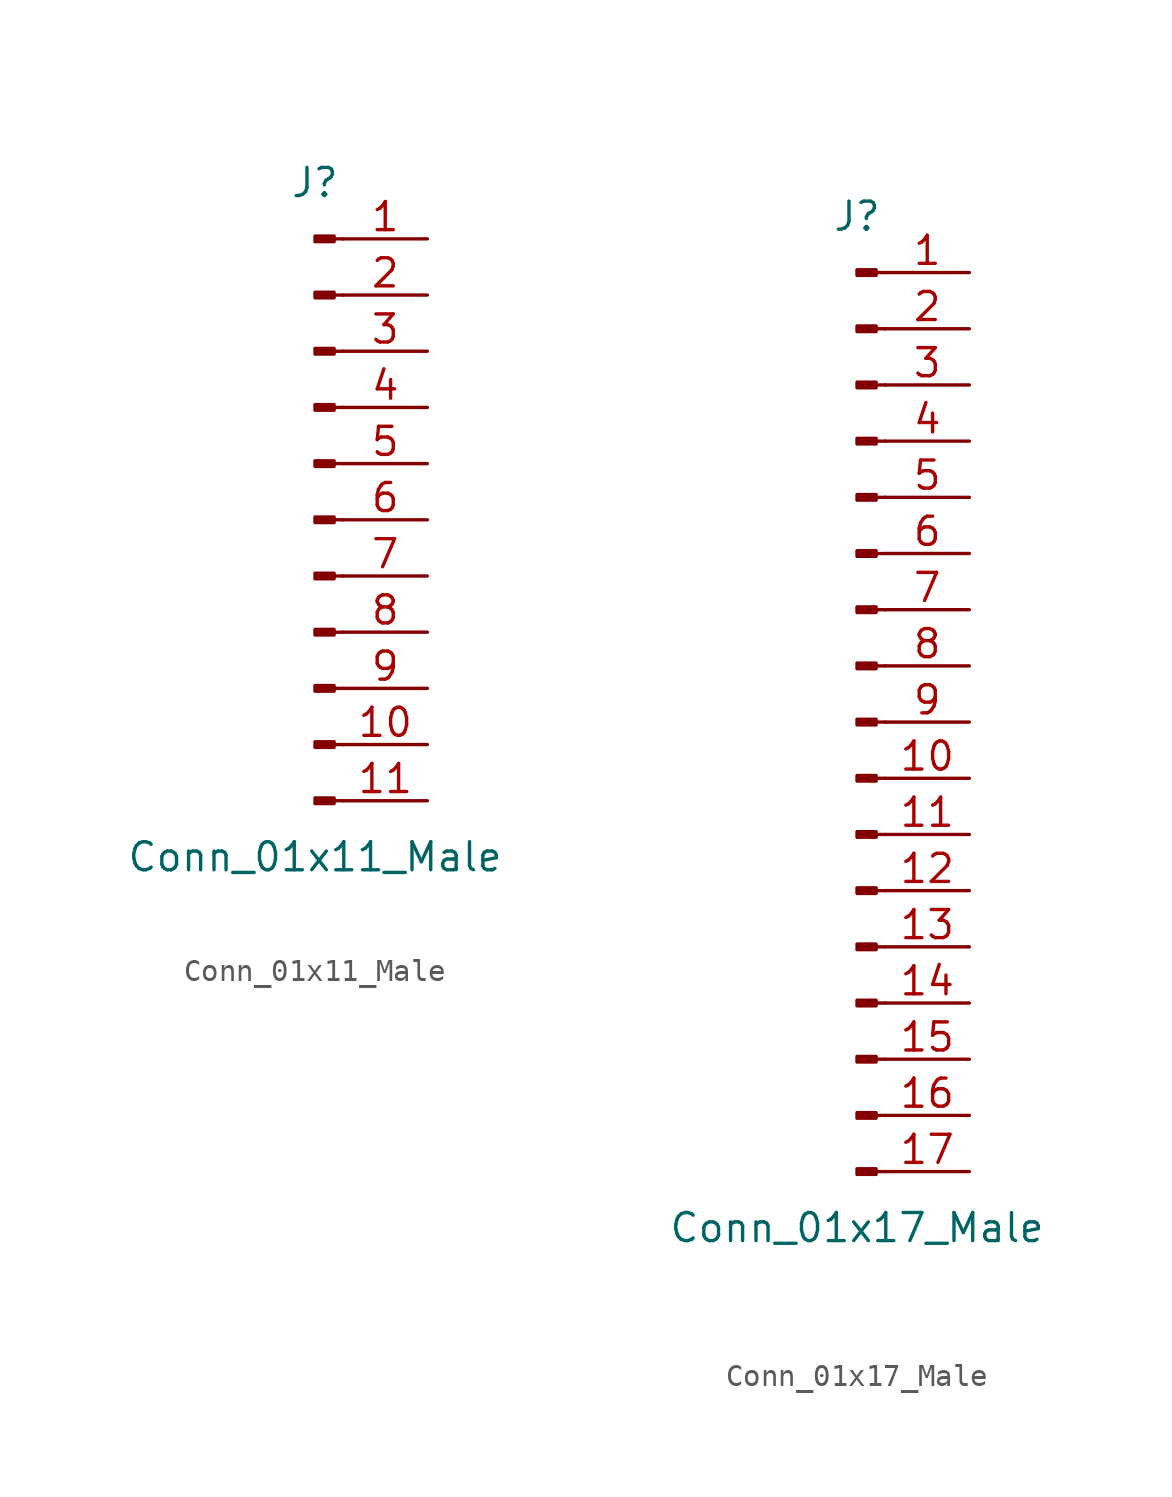
<source format=kicad_sym>
(kicad_symbol_lib
  (version 20211014)
  (generator kicad_symbol_editor)
  (symbol "Conn_01x11_Male"
    (pin_names
      (offset 1.016) hide)
    (property "Reference" "J"
      (at 0 15.24 0)
      (effects (font (size 1.27 1.27))))
    (property "Value" "Conn_01x11_Male"
      (at 0 -15.24 0)
      (effects (font (size 1.27 1.27))))
    (symbol "Conn_01x11_Male_1_1"
      (polyline (pts (xy 1.27 -12.7) (xy 0.864 -12.7)) (stroke (width 0.152) (type default) (color 0 0 0 0)) (fill (type none)))
      (polyline (pts (xy 1.27 -10.16) (xy 0.864 -10.16)) (stroke (width 0.152) (type default) (color 0 0 0 0)) (fill (type none)))
      (polyline (pts (xy 1.27 -7.62) (xy 0.864 -7.62)) (stroke (width 0.152) (type default) (color 0 0 0 0)) (fill (type none)))
      (polyline (pts (xy 1.27 -5.08) (xy 0.864 -5.08)) (stroke (width 0.152) (type default) (color 0 0 0 0)) (fill (type none)))
      (polyline (pts (xy 1.27 -2.54) (xy 0.864 -2.54)) (stroke (width 0.152) (type default) (color 0 0 0 0)) (fill (type none)))
      (polyline (pts (xy 1.27 0) (xy 0.864 0)) (stroke (width 0.152) (type default) (color 0 0 0 0)) (fill (type none)))
      (polyline (pts (xy 1.27 2.54) (xy 0.864 2.54)) (stroke (width 0.152) (type default) (color 0 0 0 0)) (fill (type none)))
      (polyline (pts (xy 1.27 5.08) (xy 0.864 5.08)) (stroke (width 0.152) (type default) (color 0 0 0 0)) (fill (type none)))
      (polyline (pts (xy 1.27 7.62) (xy 0.864 7.62)) (stroke (width 0.152) (type default) (color 0 0 0 0)) (fill (type none)))
      (polyline (pts (xy 1.27 10.16) (xy 0.864 10.16)) (stroke (width 0.152) (type default) (color 0 0 0 0)) (fill (type none)))
      (polyline (pts (xy 1.27 12.7) (xy 0.864 12.7)) (stroke (width 0.152) (type default) (color 0 0 0 0)) (fill (type none)))
      (rectangle (start 0.864 -12.573) (end 0 -12.827) (stroke (width 0.152) (type default) (color 0 0 0 0)) (fill (type outline)))
      (rectangle (start 0.864 -10.033) (end 0 -10.287) (stroke (width 0.152) (type default) (color 0 0 0 0)) (fill (type outline)))
      (rectangle (start 0.864 -7.493) (end 0 -7.747) (stroke (width 0.152) (type default) (color 0 0 0 0)) (fill (type outline)))
      (rectangle (start 0.864 -4.953) (end 0 -5.207) (stroke (width 0.152) (type default) (color 0 0 0 0)) (fill (type outline)))
      (rectangle (start 0.864 -2.413) (end 0 -2.667) (stroke (width 0.152) (type default) (color 0 0 0 0)) (fill (type outline)))
      (rectangle (start 0.864 0.127) (end 0 -0.127) (stroke (width 0.152) (type default) (color 0 0 0 0)) (fill (type outline)))
      (rectangle (start 0.864 2.667) (end 0 2.413) (stroke (width 0.152) (type default) (color 0 0 0 0)) (fill (type outline)))
      (rectangle (start 0.864 5.207) (end 0 4.953) (stroke (width 0.152) (type default) (color 0 0 0 0)) (fill (type outline)))
      (rectangle (start 0.864 7.747) (end 0 7.493) (stroke (width 0.152) (type default) (color 0 0 0 0)) (fill (type outline)))
      (rectangle (start 0.864 10.287) (end 0 10.033) (stroke (width 0.152) (type default) (color 0 0 0 0)) (fill (type outline)))
      (rectangle (start 0.864 12.827) (end 0 12.573) (stroke (width 0.152) (type default) (color 0 0 0 0)) (fill (type outline)))
      (pin passive line (at 5.08 12.7 180) (length 3.81) (name "Pin_1" (effects (font (size 1.27 1.27)))) (number "1" (effects (font (size 1.27 1.27)))))
      (pin passive line (at 5.08 -10.16 180) (length 3.81) (name "Pin_10" (effects (font (size 1.27 1.27)))) (number "10" (effects (font (size 1.27 1.27)))))
      (pin passive line (at 5.08 -12.7 180) (length 3.81) (name "Pin_11" (effects (font (size 1.27 1.27)))) (number "11" (effects (font (size 1.27 1.27)))))
      (pin passive line (at 5.08 10.16 180) (length 3.81) (name "Pin_2" (effects (font (size 1.27 1.27)))) (number "2" (effects (font (size 1.27 1.27)))))
      (pin passive line (at 5.08 7.62 180) (length 3.81) (name "Pin_3" (effects (font (size 1.27 1.27)))) (number "3" (effects (font (size 1.27 1.27)))))
      (pin passive line (at 5.08 5.08 180) (length 3.81) (name "Pin_4" (effects (font (size 1.27 1.27)))) (number "4" (effects (font (size 1.27 1.27)))))
      (pin passive line (at 5.08 2.54 180) (length 3.81) (name "Pin_5" (effects (font (size 1.27 1.27)))) (number "5" (effects (font (size 1.27 1.27)))))
      (pin passive line (at 5.08 0 180) (length 3.81) (name "Pin_6" (effects (font (size 1.27 1.27)))) (number "6" (effects (font (size 1.27 1.27)))))
      (pin passive line (at 5.08 -2.54 180) (length 3.81) (name "Pin_7" (effects (font (size 1.27 1.27)))) (number "7" (effects (font (size 1.27 1.27)))))
      (pin passive line (at 5.08 -5.08 180) (length 3.81) (name "Pin_8" (effects (font (size 1.27 1.27)))) (number "8" (effects (font (size 1.27 1.27)))))
      (pin passive line (at 5.08 -7.62 180) (length 3.81) (name "Pin_9" (effects (font (size 1.27 1.27)))) (number "9" (effects (font (size 1.27 1.27)))))))
  (symbol "Conn_01x17_Male"
    (pin_names
      (offset 1.016) hide)
    (property "Reference" "J"
      (at 0 22.86 0)
      (effects (font (size 1.27 1.27))))
    (property "Value" "Conn_01x17_Male"
      (at 0 -22.86 0)
      (effects (font (size 1.27 1.27))))
    (symbol "Conn_01x17_Male_1_1"
      (polyline (pts (xy 1.27 -20.32) (xy 0.864 -20.32)) (stroke (width 0.152) (type default) (color 0 0 0 0)) (fill (type none)))
      (polyline (pts (xy 1.27 -17.78) (xy 0.864 -17.78)) (stroke (width 0.152) (type default) (color 0 0 0 0)) (fill (type none)))
      (polyline (pts (xy 1.27 -15.24) (xy 0.864 -15.24)) (stroke (width 0.152) (type default) (color 0 0 0 0)) (fill (type none)))
      (polyline (pts (xy 1.27 -12.7) (xy 0.864 -12.7)) (stroke (width 0.152) (type default) (color 0 0 0 0)) (fill (type none)))
      (polyline (pts (xy 1.27 -10.16) (xy 0.864 -10.16)) (stroke (width 0.152) (type default) (color 0 0 0 0)) (fill (type none)))
      (polyline (pts (xy 1.27 -7.62) (xy 0.864 -7.62)) (stroke (width 0.152) (type default) (color 0 0 0 0)) (fill (type none)))
      (polyline (pts (xy 1.27 -5.08) (xy 0.864 -5.08)) (stroke (width 0.152) (type default) (color 0 0 0 0)) (fill (type none)))
      (polyline (pts (xy 1.27 -2.54) (xy 0.864 -2.54)) (stroke (width 0.152) (type default) (color 0 0 0 0)) (fill (type none)))
      (polyline (pts (xy 1.27 0) (xy 0.864 0)) (stroke (width 0.152) (type default) (color 0 0 0 0)) (fill (type none)))
      (polyline (pts (xy 1.27 2.54) (xy 0.864 2.54)) (stroke (width 0.152) (type default) (color 0 0 0 0)) (fill (type none)))
      (polyline (pts (xy 1.27 5.08) (xy 0.864 5.08)) (stroke (width 0.152) (type default) (color 0 0 0 0)) (fill (type none)))
      (polyline (pts (xy 1.27 7.62) (xy 0.864 7.62)) (stroke (width 0.152) (type default) (color 0 0 0 0)) (fill (type none)))
      (polyline (pts (xy 1.27 10.16) (xy 0.864 10.16)) (stroke (width 0.152) (type default) (color 0 0 0 0)) (fill (type none)))
      (polyline (pts (xy 1.27 12.7) (xy 0.864 12.7)) (stroke (width 0.152) (type default) (color 0 0 0 0)) (fill (type none)))
      (polyline (pts (xy 1.27 15.24) (xy 0.864 15.24)) (stroke (width 0.152) (type default) (color 0 0 0 0)) (fill (type none)))
      (polyline (pts (xy 1.27 17.78) (xy 0.864 17.78)) (stroke (width 0.152) (type default) (color 0 0 0 0)) (fill (type none)))
      (polyline (pts (xy 1.27 20.32) (xy 0.864 20.32)) (stroke (width 0.152) (type default) (color 0 0 0 0)) (fill (type none)))
      (rectangle (start 0.864 -20.193) (end 0 -20.447) (stroke (width 0.152) (type default) (color 0 0 0 0)) (fill (type outline)))
      (rectangle (start 0.864 -17.653) (end 0 -17.907) (stroke (width 0.152) (type default) (color 0 0 0 0)) (fill (type outline)))
      (rectangle (start 0.864 -15.113) (end 0 -15.367) (stroke (width 0.152) (type default) (color 0 0 0 0)) (fill (type outline)))
      (rectangle (start 0.864 -12.573) (end 0 -12.827) (stroke (width 0.152) (type default) (color 0 0 0 0)) (fill (type outline)))
      (rectangle (start 0.864 -10.033) (end 0 -10.287) (stroke (width 0.152) (type default) (color 0 0 0 0)) (fill (type outline)))
      (rectangle (start 0.864 -7.493) (end 0 -7.747) (stroke (width 0.152) (type default) (color 0 0 0 0)) (fill (type outline)))
      (rectangle (start 0.864 -4.953) (end 0 -5.207) (stroke (width 0.152) (type default) (color 0 0 0 0)) (fill (type outline)))
      (rectangle (start 0.864 -2.413) (end 0 -2.667) (stroke (width 0.152) (type default) (color 0 0 0 0)) (fill (type outline)))
      (rectangle (start 0.864 0.127) (end 0 -0.127) (stroke (width 0.152) (type default) (color 0 0 0 0)) (fill (type outline)))
      (rectangle (start 0.864 2.667) (end 0 2.413) (stroke (width 0.152) (type default) (color 0 0 0 0)) (fill (type outline)))
      (rectangle (start 0.864 5.207) (end 0 4.953) (stroke (width 0.152) (type default) (color 0 0 0 0)) (fill (type outline)))
      (rectangle (start 0.864 7.747) (end 0 7.493) (stroke (width 0.152) (type default) (color 0 0 0 0)) (fill (type outline)))
      (rectangle (start 0.864 10.287) (end 0 10.033) (stroke (width 0.152) (type default) (color 0 0 0 0)) (fill (type outline)))
      (rectangle (start 0.864 12.827) (end 0 12.573) (stroke (width 0.152) (type default) (color 0 0 0 0)) (fill (type outline)))
      (rectangle (start 0.864 15.367) (end 0 15.113) (stroke (width 0.152) (type default) (color 0 0 0 0)) (fill (type outline)))
      (rectangle (start 0.864 17.907) (end 0 17.653) (stroke (width 0.152) (type default) (color 0 0 0 0)) (fill (type outline)))
      (rectangle (start 0.864 20.447) (end 0 20.193) (stroke (width 0.152) (type default) (color 0 0 0 0)) (fill (type outline)))
      (pin passive line (at 5.08 20.32 180) (length 3.81) (name "Pin_1" (effects (font (size 1.27 1.27)))) (number "1" (effects (font (size 1.27 1.27)))))
      (pin passive line (at 5.08 -2.54 180) (length 3.81) (name "Pin_10" (effects (font (size 1.27 1.27)))) (number "10" (effects (font (size 1.27 1.27)))))
      (pin passive line (at 5.08 -5.08 180) (length 3.81) (name "Pin_11" (effects (font (size 1.27 1.27)))) (number "11" (effects (font (size 1.27 1.27)))))
      (pin passive line (at 5.08 -7.62 180) (length 3.81) (name "Pin_12" (effects (font (size 1.27 1.27)))) (number "12" (effects (font (size 1.27 1.27)))))
      (pin passive line (at 5.08 -10.16 180) (length 3.81) (name "Pin_13" (effects (font (size 1.27 1.27)))) (number "13" (effects (font (size 1.27 1.27)))))
      (pin passive line (at 5.08 -12.7 180) (length 3.81) (name "Pin_14" (effects (font (size 1.27 1.27)))) (number "14" (effects (font (size 1.27 1.27)))))
      (pin passive line (at 5.08 -15.24 180) (length 3.81) (name "Pin_15" (effects (font (size 1.27 1.27)))) (number "15" (effects (font (size 1.27 1.27)))))
      (pin passive line (at 5.08 -17.78 180) (length 3.81) (name "Pin_16" (effects (font (size 1.27 1.27)))) (number "16" (effects (font (size 1.27 1.27)))))
      (pin passive line (at 5.08 -20.32 180) (length 3.81) (name "Pin_17" (effects (font (size 1.27 1.27)))) (number "17" (effects (font (size 1.27 1.27)))))
      (pin passive line (at 5.08 17.78 180) (length 3.81) (name "Pin_2" (effects (font (size 1.27 1.27)))) (number "2" (effects (font (size 1.27 1.27)))))
      (pin passive line (at 5.08 15.24 180) (length 3.81) (name "Pin_3" (effects (font (size 1.27 1.27)))) (number "3" (effects (font (size 1.27 1.27)))))
      (pin passive line (at 5.08 12.7 180) (length 3.81) (name "Pin_4" (effects (font (size 1.27 1.27)))) (number "4" (effects (font (size 1.27 1.27)))))
      (pin passive line (at 5.08 10.16 180) (length 3.81) (name "Pin_5" (effects (font (size 1.27 1.27)))) (number "5" (effects (font (size 1.27 1.27)))))
      (pin passive line (at 5.08 7.62 180) (length 3.81) (name "Pin_6" (effects (font (size 1.27 1.27)))) (number "6" (effects (font (size 1.27 1.27)))))
      (pin passive line (at 5.08 5.08 180) (length 3.81) (name "Pin_7" (effects (font (size 1.27 1.27)))) (number "7" (effects (font (size 1.27 1.27)))))
      (pin passive line (at 5.08 2.54 180) (length 3.81) (name "Pin_8" (effects (font (size 1.27 1.27)))) (number "8" (effects (font (size 1.27 1.27)))))
      (pin passive line (at 5.08 0 180) (length 3.81) (name "Pin_9" (effects (font (size 1.27 1.27)))) (number "9" (effects (font (size 1.27 1.27))))))))
</source>
